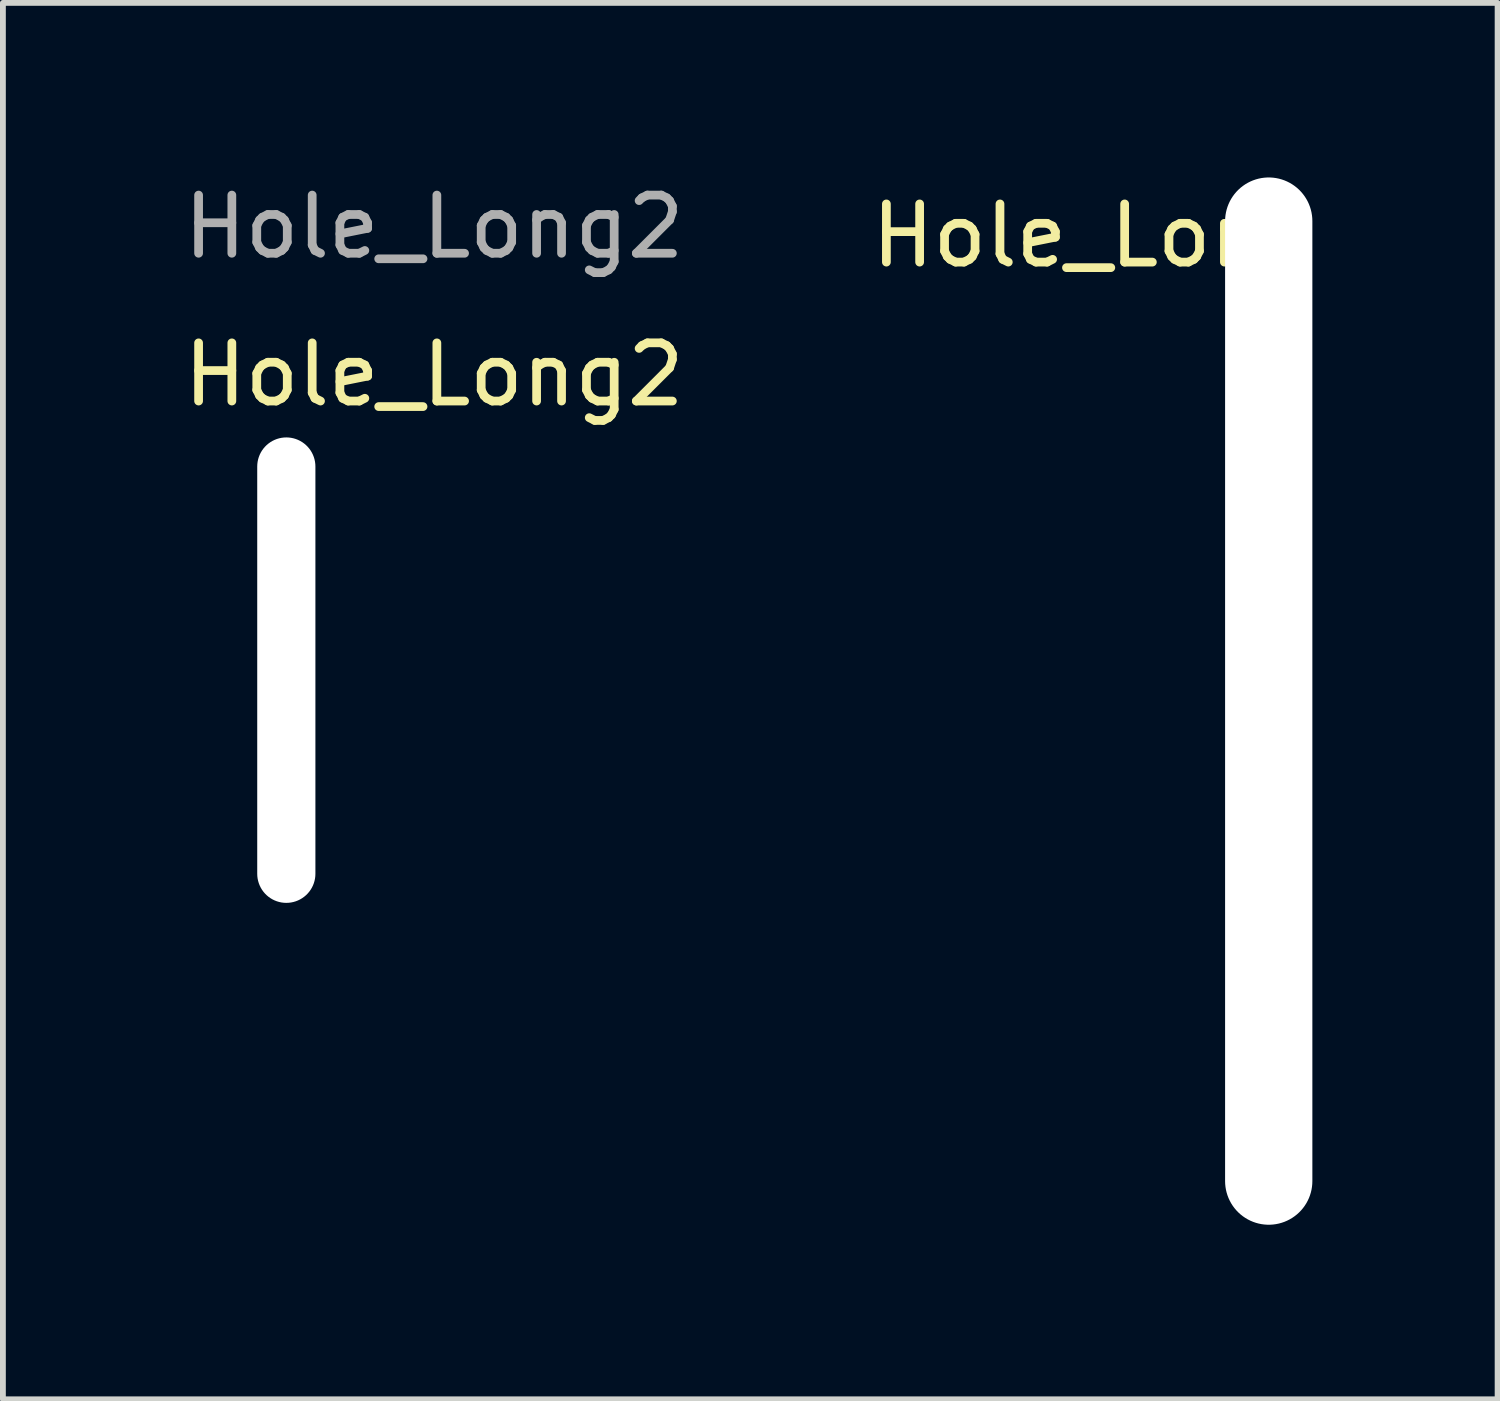
<source format=kicad_pcb>
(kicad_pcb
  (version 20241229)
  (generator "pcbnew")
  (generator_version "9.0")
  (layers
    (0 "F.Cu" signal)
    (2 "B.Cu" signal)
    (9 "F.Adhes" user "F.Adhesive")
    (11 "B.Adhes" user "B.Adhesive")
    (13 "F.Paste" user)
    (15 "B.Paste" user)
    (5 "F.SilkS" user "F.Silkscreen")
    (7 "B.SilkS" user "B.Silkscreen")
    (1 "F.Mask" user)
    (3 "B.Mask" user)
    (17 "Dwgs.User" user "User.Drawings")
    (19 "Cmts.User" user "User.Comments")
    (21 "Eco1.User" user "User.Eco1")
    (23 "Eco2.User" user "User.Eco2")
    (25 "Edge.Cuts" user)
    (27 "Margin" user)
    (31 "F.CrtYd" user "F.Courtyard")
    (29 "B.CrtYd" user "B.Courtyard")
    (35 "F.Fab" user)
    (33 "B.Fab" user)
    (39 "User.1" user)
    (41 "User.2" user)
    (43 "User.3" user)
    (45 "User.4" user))
  (footprint "Hole_Long2"
    (layer "F.Cu")
    (at 1.871 8.468)
    (property "Reference" "Hole_Long2" (at 2.54 -5.08 0) (unlocked yes) (layer "F.SilkS") (effects (font (size 1 1) (thickness 0.15))))
    (attr through_hole)
    (fp_text user "${REFERENCE}" (at 2.54 -7.62 0) (unlocked yes) (layer "F.Fab") (effects (font (size 1 1) (thickness 0.15))))
    (pad "" np_thru_hole oval (at 0 0) (size 1 8) (drill oval 1 8) (layers "*.Cu" "*.Mask")))
  (footprint "Hole_Long"
    (layer "F.Cu")
    (at 18.756 9)
    (property "Reference" "Hole_Long" (at -3 -8 0) (layer "F.SilkS") (effects (font (size 1 1) (thickness 0.15))))
    (attr through_hole)
    (pad "" np_thru_hole oval (at 0 0) (size 1.5 18) (drill oval 1.5 18) (layers "*.Cu" "*.Mask")))
  (gr_rect
    (start -3 -3)
    (end 22.69 21)
    (stroke (width 0.1) (type default))
    (fill no)
    (layer "Edge.Cuts")))
</source>
